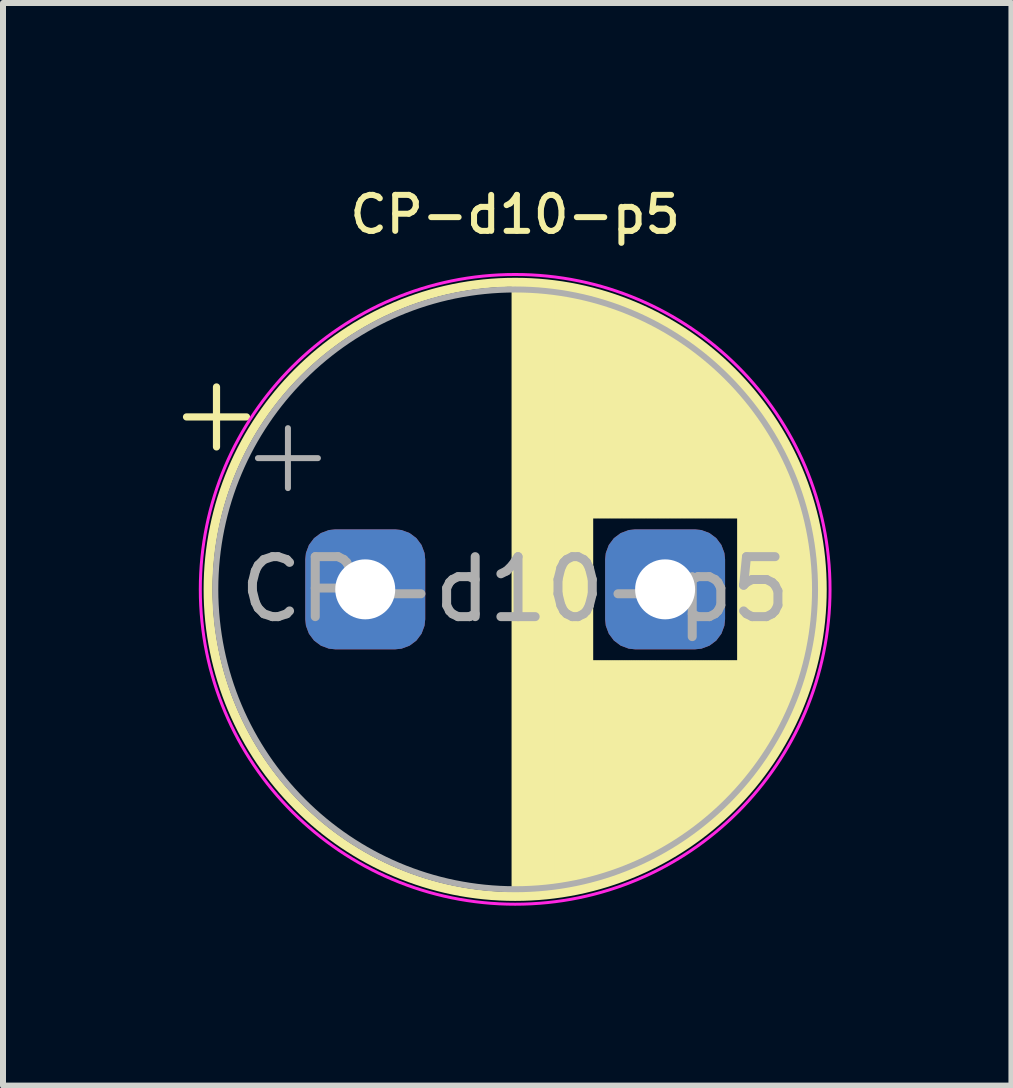
<source format=kicad_pcb>
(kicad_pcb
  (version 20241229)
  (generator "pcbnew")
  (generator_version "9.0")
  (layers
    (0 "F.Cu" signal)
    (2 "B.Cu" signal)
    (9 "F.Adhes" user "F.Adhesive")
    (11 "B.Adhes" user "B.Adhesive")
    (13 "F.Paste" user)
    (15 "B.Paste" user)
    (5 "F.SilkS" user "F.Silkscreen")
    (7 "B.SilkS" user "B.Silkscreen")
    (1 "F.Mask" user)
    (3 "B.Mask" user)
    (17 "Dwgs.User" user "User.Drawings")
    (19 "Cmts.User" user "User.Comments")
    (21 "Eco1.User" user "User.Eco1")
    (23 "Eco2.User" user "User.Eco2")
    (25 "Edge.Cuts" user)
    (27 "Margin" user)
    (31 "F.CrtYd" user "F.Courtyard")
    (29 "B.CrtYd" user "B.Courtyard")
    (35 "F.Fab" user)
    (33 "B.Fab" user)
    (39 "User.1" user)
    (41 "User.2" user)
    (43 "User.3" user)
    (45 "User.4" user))
  (footprint "CP-d10-p5"
    (layer "F.Cu")
    (at 8.04 6.777)
    (property "Reference" "CP-d10-p5" (at -2.5 -6.25 0) (layer "F.SilkS") (effects (font (size 0.6 0.6) (thickness 0.1) (bold yes))))
    (attr through_hole)
    (fp_line (start -7.98 -2.875) (end -6.98 -2.875) (stroke (width 0.12) (type solid)) (layer "F.SilkS"))
    (fp_line (start -7.48 -3.375) (end -7.48 -2.375) (stroke (width 0.12) (type solid)) (layer "F.SilkS"))
    (fp_line (start -2.5 -5.08) (end -2.5 5.08) (stroke (width 0.12) (type solid)) (layer "F.SilkS"))
    (fp_line (start -2.46 -5.08) (end -2.46 5.08) (stroke (width 0.12) (type solid)) (layer "F.SilkS"))
    (fp_line (start -2.42 -5.08) (end -2.42 5.08) (stroke (width 0.12) (type solid)) (layer "F.SilkS"))
    (fp_line (start -2.38 -5.079) (end -2.38 5.079) (stroke (width 0.12) (type solid)) (layer "F.SilkS"))
    (fp_line (start -2.34 -5.078) (end -2.34 5.078) (stroke (width 0.12) (type solid)) (layer "F.SilkS"))
    (fp_line (start -2.3 -5.077) (end -2.3 5.077) (stroke (width 0.12) (type solid)) (layer "F.SilkS"))
    (fp_line (start -2.26 -5.075) (end -2.26 5.075) (stroke (width 0.12) (type solid)) (layer "F.SilkS"))
    (fp_line (start -2.22 -5.073) (end -2.22 5.073) (stroke (width 0.12) (type solid)) (layer "F.SilkS"))
    (fp_line (start -2.18 -5.07) (end -2.18 5.07) (stroke (width 0.12) (type solid)) (layer "F.SilkS"))
    (fp_line (start -2.14 -5.068) (end -2.14 5.068) (stroke (width 0.12) (type solid)) (layer "F.SilkS"))
    (fp_line (start -2.1 -5.065) (end -2.1 5.065) (stroke (width 0.12) (type solid)) (layer "F.SilkS"))
    (fp_line (start -2.06 -5.062) (end -2.06 5.062) (stroke (width 0.12) (type solid)) (layer "F.SilkS"))
    (fp_line (start -2.02 -5.058) (end -2.02 5.058) (stroke (width 0.12) (type solid)) (layer "F.SilkS"))
    (fp_line (start -1.98 -5.054) (end -1.98 5.054) (stroke (width 0.12) (type solid)) (layer "F.SilkS"))
    (fp_line (start -1.94 -5.05) (end -1.94 5.05) (stroke (width 0.12) (type solid)) (layer "F.SilkS"))
    (fp_line (start -1.9 -5.045) (end -1.9 5.045) (stroke (width 0.12) (type solid)) (layer "F.SilkS"))
    (fp_line (start -1.86 -5.04) (end -1.86 5.04) (stroke (width 0.12) (type solid)) (layer "F.SilkS"))
    (fp_line (start -1.82 -5.035) (end -1.82 5.035) (stroke (width 0.12) (type solid)) (layer "F.SilkS"))
    (fp_line (start -1.779 -5.03) (end -1.779 5.03) (stroke (width 0.12) (type solid)) (layer "F.SilkS"))
    (fp_line (start -1.739 -5.024) (end -1.739 5.024) (stroke (width 0.12) (type solid)) (layer "F.SilkS"))
    (fp_line (start -1.699 -5.018) (end -1.699 5.018) (stroke (width 0.12) (type solid)) (layer "F.SilkS"))
    (fp_line (start -1.659 -5.011) (end -1.659 5.011) (stroke (width 0.12) (type solid)) (layer "F.SilkS"))
    (fp_line (start -1.619 -5.004) (end -1.619 5.004) (stroke (width 0.12) (type solid)) (layer "F.SilkS"))
    (fp_line (start -1.579 -4.997) (end -1.579 4.997) (stroke (width 0.12) (type solid)) (layer "F.SilkS"))
    (fp_line (start -1.539 -4.99) (end -1.539 4.99) (stroke (width 0.12) (type solid)) (layer "F.SilkS"))
    (fp_line (start -1.499 -4.982) (end -1.499 4.982) (stroke (width 0.12) (type solid)) (layer "F.SilkS"))
    (fp_line (start -1.459 -4.974) (end -1.459 4.974) (stroke (width 0.12) (type solid)) (layer "F.SilkS"))
    (fp_line (start -1.419 -4.965) (end -1.419 4.965) (stroke (width 0.12) (type solid)) (layer "F.SilkS"))
    (fp_line (start -1.379 -4.956) (end -1.379 4.956) (stroke (width 0.12) (type solid)) (layer "F.SilkS"))
    (fp_line (start -1.339 -4.947) (end -1.339 4.947) (stroke (width 0.12) (type solid)) (layer "F.SilkS"))
    (fp_line (start -1.299 -4.938) (end -1.299 4.938) (stroke (width 0.12) (type solid)) (layer "F.SilkS"))
    (fp_line (start -1.259 -4.928) (end -1.259 4.928) (stroke (width 0.12) (type solid)) (layer "F.SilkS"))
    (fp_line (start -1.219 -4.918) (end -1.219 -1.241) (stroke (width 0.12) (type solid)) (layer "F.SilkS"))
    (fp_line (start -1.219 1.241) (end -1.219 4.918) (stroke (width 0.12) (type solid)) (layer "F.SilkS"))
    (fp_line (start -1.179 -4.907) (end -1.179 -1.241) (stroke (width 0.12) (type solid)) (layer "F.SilkS"))
    (fp_line (start -1.179 1.241) (end -1.179 4.907) (stroke (width 0.12) (type solid)) (layer "F.SilkS"))
    (fp_line (start -1.139 -4.897) (end -1.139 -1.241) (stroke (width 0.12) (type solid)) (layer "F.SilkS"))
    (fp_line (start -1.139 1.241) (end -1.139 4.897) (stroke (width 0.12) (type solid)) (layer "F.SilkS"))
    (fp_line (start -1.099 -4.885) (end -1.099 -1.241) (stroke (width 0.12) (type solid)) (layer "F.SilkS"))
    (fp_line (start -1.099 1.241) (end -1.099 4.885) (stroke (width 0.12) (type solid)) (layer "F.SilkS"))
    (fp_line (start -1.059 -4.874) (end -1.059 -1.241) (stroke (width 0.12) (type solid)) (layer "F.SilkS"))
    (fp_line (start -1.059 1.241) (end -1.059 4.874) (stroke (width 0.12) (type solid)) (layer "F.SilkS"))
    (fp_line (start -1.019 -4.862) (end -1.019 -1.241) (stroke (width 0.12) (type solid)) (layer "F.SilkS"))
    (fp_line (start -1.019 1.241) (end -1.019 4.862) (stroke (width 0.12) (type solid)) (layer "F.SilkS"))
    (fp_line (start -0.979 -4.85) (end -0.979 -1.241) (stroke (width 0.12) (type solid)) (layer "F.SilkS"))
    (fp_line (start -0.979 1.241) (end -0.979 4.85) (stroke (width 0.12) (type solid)) (layer "F.SilkS"))
    (fp_line (start -0.939 -4.837) (end -0.939 -1.241) (stroke (width 0.12) (type solid)) (layer "F.SilkS"))
    (fp_line (start -0.939 1.241) (end -0.939 4.837) (stroke (width 0.12) (type solid)) (layer "F.SilkS"))
    (fp_line (start -0.899 -4.824) (end -0.899 -1.241) (stroke (width 0.12) (type solid)) (layer "F.SilkS"))
    (fp_line (start -0.899 1.241) (end -0.899 4.824) (stroke (width 0.12) (type solid)) (layer "F.SilkS"))
    (fp_line (start -0.859 -4.811) (end -0.859 -1.241) (stroke (width 0.12) (type solid)) (layer "F.SilkS"))
    (fp_line (start -0.859 1.241) (end -0.859 4.811) (stroke (width 0.12) (type solid)) (layer "F.SilkS"))
    (fp_line (start -0.819 -4.797) (end -0.819 -1.241) (stroke (width 0.12) (type solid)) (layer "F.SilkS"))
    (fp_line (start -0.819 1.241) (end -0.819 4.797) (stroke (width 0.12) (type solid)) (layer "F.SilkS"))
    (fp_line (start -0.779 -4.783) (end -0.779 -1.241) (stroke (width 0.12) (type solid)) (layer "F.SilkS"))
    (fp_line (start -0.779 1.241) (end -0.779 4.783) (stroke (width 0.12) (type solid)) (layer "F.SilkS"))
    (fp_line (start -0.739 -4.768) (end -0.739 -1.241) (stroke (width 0.12) (type solid)) (layer "F.SilkS"))
    (fp_line (start -0.739 1.241) (end -0.739 4.768) (stroke (width 0.12) (type solid)) (layer "F.SilkS"))
    (fp_line (start -0.699 -4.754) (end -0.699 -1.241) (stroke (width 0.12) (type solid)) (layer "F.SilkS"))
    (fp_line (start -0.699 1.241) (end -0.699 4.754) (stroke (width 0.12) (type solid)) (layer "F.SilkS"))
    (fp_line (start -0.659 -4.738) (end -0.659 -1.241) (stroke (width 0.12) (type solid)) (layer "F.SilkS"))
    (fp_line (start -0.659 1.241) (end -0.659 4.738) (stroke (width 0.12) (type solid)) (layer "F.SilkS"))
    (fp_line (start -0.619 -4.723) (end -0.619 -1.241) (stroke (width 0.12) (type solid)) (layer "F.SilkS"))
    (fp_line (start -0.619 1.241) (end -0.619 4.723) (stroke (width 0.12) (type solid)) (layer "F.SilkS"))
    (fp_line (start -0.579 -4.707) (end -0.579 -1.241) (stroke (width 0.12) (type solid)) (layer "F.SilkS"))
    (fp_line (start -0.579 1.241) (end -0.579 4.707) (stroke (width 0.12) (type solid)) (layer "F.SilkS"))
    (fp_line (start -0.539 -4.69) (end -0.539 -1.241) (stroke (width 0.12) (type solid)) (layer "F.SilkS"))
    (fp_line (start -0.539 1.241) (end -0.539 4.69) (stroke (width 0.12) (type solid)) (layer "F.SilkS"))
    (fp_line (start -0.499 -4.674) (end -0.499 -1.241) (stroke (width 0.12) (type solid)) (layer "F.SilkS"))
    (fp_line (start -0.499 1.241) (end -0.499 4.674) (stroke (width 0.12) (type solid)) (layer "F.SilkS"))
    (fp_line (start -0.459 -4.657) (end -0.459 -1.241) (stroke (width 0.12) (type solid)) (layer "F.SilkS"))
    (fp_line (start -0.459 1.241) (end -0.459 4.657) (stroke (width 0.12) (type solid)) (layer "F.SilkS"))
    (fp_line (start -0.419 -4.639) (end -0.419 -1.241) (stroke (width 0.12) (type solid)) (layer "F.SilkS"))
    (fp_line (start -0.419 1.241) (end -0.419 4.639) (stroke (width 0.12) (type solid)) (layer "F.SilkS"))
    (fp_line (start -0.379 -4.621) (end -0.379 -1.241) (stroke (width 0.12) (type solid)) (layer "F.SilkS"))
    (fp_line (start -0.379 1.241) (end -0.379 4.621) (stroke (width 0.12) (type solid)) (layer "F.SilkS"))
    (fp_line (start -0.339 -4.603) (end -0.339 -1.241) (stroke (width 0.12) (type solid)) (layer "F.SilkS"))
    (fp_line (start -0.339 1.241) (end -0.339 4.603) (stroke (width 0.12) (type solid)) (layer "F.SilkS"))
    (fp_line (start -0.299 -4.584) (end -0.299 -1.241) (stroke (width 0.12) (type solid)) (layer "F.SilkS"))
    (fp_line (start -0.299 1.241) (end -0.299 4.584) (stroke (width 0.12) (type solid)) (layer "F.SilkS"))
    (fp_line (start -0.259 -4.564) (end -0.259 -1.241) (stroke (width 0.12) (type solid)) (layer "F.SilkS"))
    (fp_line (start -0.259 1.241) (end -0.259 4.564) (stroke (width 0.12) (type solid)) (layer "F.SilkS"))
    (fp_line (start -0.219 -4.545) (end -0.219 -1.241) (stroke (width 0.12) (type solid)) (layer "F.SilkS"))
    (fp_line (start -0.219 1.241) (end -0.219 4.545) (stroke (width 0.12) (type solid)) (layer "F.SilkS"))
    (fp_line (start -0.179 -4.525) (end -0.179 -1.241) (stroke (width 0.12) (type solid)) (layer "F.SilkS"))
    (fp_line (start -0.179 1.241) (end -0.179 4.525) (stroke (width 0.12) (type solid)) (layer "F.SilkS"))
    (fp_line (start -0.139 -4.504) (end -0.139 -1.241) (stroke (width 0.12) (type solid)) (layer "F.SilkS"))
    (fp_line (start -0.139 1.241) (end -0.139 4.504) (stroke (width 0.12) (type solid)) (layer "F.SilkS"))
    (fp_line (start -0.099 -4.483) (end -0.099 -1.241) (stroke (width 0.12) (type solid)) (layer "F.SilkS"))
    (fp_line (start -0.099 1.241) (end -0.099 4.483) (stroke (width 0.12) (type solid)) (layer "F.SilkS"))
    (fp_line (start -0.059 -4.462) (end -0.059 -1.241) (stroke (width 0.12) (type solid)) (layer "F.SilkS"))
    (fp_line (start -0.059 1.241) (end -0.059 4.462) (stroke (width 0.12) (type solid)) (layer "F.SilkS"))
    (fp_line (start -0.019 -4.44) (end -0.019 -1.241) (stroke (width 0.12) (type solid)) (layer "F.SilkS"))
    (fp_line (start -0.019 1.241) (end -0.019 4.44) (stroke (width 0.12) (type solid)) (layer "F.SilkS"))
    (fp_line (start 0.021 -4.417) (end 0.021 -1.241) (stroke (width 0.12) (type solid)) (layer "F.SilkS"))
    (fp_line (start 0.021 1.241) (end 0.021 4.417) (stroke (width 0.12) (type solid)) (layer "F.SilkS"))
    (fp_line (start 0.061 -4.395) (end 0.061 -1.241) (stroke (width 0.12) (type solid)) (layer "F.SilkS"))
    (fp_line (start 0.061 1.241) (end 0.061 4.395) (stroke (width 0.12) (type solid)) (layer "F.SilkS"))
    (fp_line (start 0.101 -4.371) (end 0.101 -1.241) (stroke (width 0.12) (type solid)) (layer "F.SilkS"))
    (fp_line (start 0.101 1.241) (end 0.101 4.371) (stroke (width 0.12) (type solid)) (layer "F.SilkS"))
    (fp_line (start 0.141 -4.347) (end 0.141 -1.241) (stroke (width 0.12) (type solid)) (layer "F.SilkS"))
    (fp_line (start 0.141 1.241) (end 0.141 4.347) (stroke (width 0.12) (type solid)) (layer "F.SilkS"))
    (fp_line (start 0.181 -4.323) (end 0.181 -1.241) (stroke (width 0.12) (type solid)) (layer "F.SilkS"))
    (fp_line (start 0.181 1.241) (end 0.181 4.323) (stroke (width 0.12) (type solid)) (layer "F.SilkS"))
    (fp_line (start 0.221 -4.298) (end 0.221 -1.241) (stroke (width 0.12) (type solid)) (layer "F.SilkS"))
    (fp_line (start 0.221 1.241) (end 0.221 4.298) (stroke (width 0.12) (type solid)) (layer "F.SilkS"))
    (fp_line (start 0.261 -4.273) (end 0.261 -1.241) (stroke (width 0.12) (type solid)) (layer "F.SilkS"))
    (fp_line (start 0.261 1.241) (end 0.261 4.273) (stroke (width 0.12) (type solid)) (layer "F.SilkS"))
    (fp_line (start 0.301 -4.247) (end 0.301 -1.241) (stroke (width 0.12) (type solid)) (layer "F.SilkS"))
    (fp_line (start 0.301 1.241) (end 0.301 4.247) (stroke (width 0.12) (type solid)) (layer "F.SilkS"))
    (fp_line (start 0.341 -4.221) (end 0.341 -1.241) (stroke (width 0.12) (type solid)) (layer "F.SilkS"))
    (fp_line (start 0.341 1.241) (end 0.341 4.221) (stroke (width 0.12) (type solid)) (layer "F.SilkS"))
    (fp_line (start 0.381 -4.194) (end 0.381 -1.241) (stroke (width 0.12) (type solid)) (layer "F.SilkS"))
    (fp_line (start 0.381 1.241) (end 0.381 4.194) (stroke (width 0.12) (type solid)) (layer "F.SilkS"))
    (fp_line (start 0.421 -4.166) (end 0.421 -1.241) (stroke (width 0.12) (type solid)) (layer "F.SilkS"))
    (fp_line (start 0.421 1.241) (end 0.421 4.166) (stroke (width 0.12) (type solid)) (layer "F.SilkS"))
    (fp_line (start 0.461 -4.138) (end 0.461 -1.241) (stroke (width 0.12) (type solid)) (layer "F.SilkS"))
    (fp_line (start 0.461 1.241) (end 0.461 4.138) (stroke (width 0.12) (type solid)) (layer "F.SilkS"))
    (fp_line (start 0.501 -4.11) (end 0.501 -1.241) (stroke (width 0.12) (type solid)) (layer "F.SilkS"))
    (fp_line (start 0.501 1.241) (end 0.501 4.11) (stroke (width 0.12) (type solid)) (layer "F.SilkS"))
    (fp_line (start 0.541 -4.08) (end 0.541 -1.241) (stroke (width 0.12) (type solid)) (layer "F.SilkS"))
    (fp_line (start 0.541 1.241) (end 0.541 4.08) (stroke (width 0.12) (type solid)) (layer "F.SilkS"))
    (fp_line (start 0.581 -4.05) (end 0.581 -1.241) (stroke (width 0.12) (type solid)) (layer "F.SilkS"))
    (fp_line (start 0.581 1.241) (end 0.581 4.05) (stroke (width 0.12) (type solid)) (layer "F.SilkS"))
    (fp_line (start 0.621 -4.02) (end 0.621 -1.241) (stroke (width 0.12) (type solid)) (layer "F.SilkS"))
    (fp_line (start 0.621 1.241) (end 0.621 4.02) (stroke (width 0.12) (type solid)) (layer "F.SilkS"))
    (fp_line (start 0.661 -3.989) (end 0.661 -1.241) (stroke (width 0.12) (type solid)) (layer "F.SilkS"))
    (fp_line (start 0.661 1.241) (end 0.661 3.989) (stroke (width 0.12) (type solid)) (layer "F.SilkS"))
    (fp_line (start 0.701 -3.957) (end 0.701 -1.241) (stroke (width 0.12) (type solid)) (layer "F.SilkS"))
    (fp_line (start 0.701 1.241) (end 0.701 3.957) (stroke (width 0.12) (type solid)) (layer "F.SilkS"))
    (fp_line (start 0.741 -3.925) (end 0.741 -1.241) (stroke (width 0.12) (type solid)) (layer "F.SilkS"))
    (fp_line (start 0.741 1.241) (end 0.741 3.925) (stroke (width 0.12) (type solid)) (layer "F.SilkS"))
    (fp_line (start 0.781 -3.892) (end 0.781 -1.241) (stroke (width 0.12) (type solid)) (layer "F.SilkS"))
    (fp_line (start 0.781 1.241) (end 0.781 3.892) (stroke (width 0.12) (type solid)) (layer "F.SilkS"))
    (fp_line (start 0.821 -3.858) (end 0.821 -1.241) (stroke (width 0.12) (type solid)) (layer "F.SilkS"))
    (fp_line (start 0.821 1.241) (end 0.821 3.858) (stroke (width 0.12) (type solid)) (layer "F.SilkS"))
    (fp_line (start 0.861 -3.824) (end 0.861 -1.241) (stroke (width 0.12) (type solid)) (layer "F.SilkS"))
    (fp_line (start 0.861 1.241) (end 0.861 3.824) (stroke (width 0.12) (type solid)) (layer "F.SilkS"))
    (fp_line (start 0.901 -3.789) (end 0.901 -1.241) (stroke (width 0.12) (type solid)) (layer "F.SilkS"))
    (fp_line (start 0.901 1.241) (end 0.901 3.789) (stroke (width 0.12) (type solid)) (layer "F.SilkS"))
    (fp_line (start 0.941 -3.753) (end 0.941 -1.241) (stroke (width 0.12) (type solid)) (layer "F.SilkS"))
    (fp_line (start 0.941 1.241) (end 0.941 3.753) (stroke (width 0.12) (type solid)) (layer "F.SilkS"))
    (fp_line (start 0.981 -3.716) (end 0.981 -1.241) (stroke (width 0.12) (type solid)) (layer "F.SilkS"))
    (fp_line (start 0.981 1.241) (end 0.981 3.716) (stroke (width 0.12) (type solid)) (layer "F.SilkS"))
    (fp_line (start 1.021 -3.679) (end 1.021 -1.241) (stroke (width 0.12) (type solid)) (layer "F.SilkS"))
    (fp_line (start 1.021 1.241) (end 1.021 3.679) (stroke (width 0.12) (type solid)) (layer "F.SilkS"))
    (fp_line (start 1.061 -3.64) (end 1.061 -1.241) (stroke (width 0.12) (type solid)) (layer "F.SilkS"))
    (fp_line (start 1.061 1.241) (end 1.061 3.64) (stroke (width 0.12) (type solid)) (layer "F.SilkS"))
    (fp_line (start 1.101 -3.601) (end 1.101 -1.241) (stroke (width 0.12) (type solid)) (layer "F.SilkS"))
    (fp_line (start 1.101 1.241) (end 1.101 3.601) (stroke (width 0.12) (type solid)) (layer "F.SilkS"))
    (fp_line (start 1.141 -3.561) (end 1.141 -1.241) (stroke (width 0.12) (type solid)) (layer "F.SilkS"))
    (fp_line (start 1.141 1.241) (end 1.141 3.561) (stroke (width 0.12) (type solid)) (layer "F.SilkS"))
    (fp_line (start 1.181 -3.52) (end 1.181 -1.241) (stroke (width 0.12) (type solid)) (layer "F.SilkS"))
    (fp_line (start 1.181 1.241) (end 1.181 3.52) (stroke (width 0.12) (type solid)) (layer "F.SilkS"))
    (fp_line (start 1.221 -3.478) (end 1.221 -1.241) (stroke (width 0.12) (type solid)) (layer "F.SilkS"))
    (fp_line (start 1.221 1.241) (end 1.221 3.478) (stroke (width 0.12) (type solid)) (layer "F.SilkS"))
    (fp_line (start 1.261 -3.436) (end 1.261 3.436) (stroke (width 0.12) (type solid)) (layer "F.SilkS"))
    (fp_line (start 1.301 -3.392) (end 1.301 3.392) (stroke (width 0.12) (type solid)) (layer "F.SilkS"))
    (fp_line (start 1.341 -3.347) (end 1.341 3.347) (stroke (width 0.12) (type solid)) (layer "F.SilkS"))
    (fp_line (start 1.381 -3.301) (end 1.381 3.301) (stroke (width 0.12) (type solid)) (layer "F.SilkS"))
    (fp_line (start 1.421 -3.254) (end 1.421 3.254) (stroke (width 0.12) (type solid)) (layer "F.SilkS"))
    (fp_line (start 1.461 -3.206) (end 1.461 3.206) (stroke (width 0.12) (type solid)) (layer "F.SilkS"))
    (fp_line (start 1.501 -3.156) (end 1.501 3.156) (stroke (width 0.12) (type solid)) (layer "F.SilkS"))
    (fp_line (start 1.541 -3.106) (end 1.541 3.106) (stroke (width 0.12) (type solid)) (layer "F.SilkS"))
    (fp_line (start 1.581 -3.054) (end 1.581 3.054) (stroke (width 0.12) (type solid)) (layer "F.SilkS"))
    (fp_line (start 1.621 -3) (end 1.621 3) (stroke (width 0.12) (type solid)) (layer "F.SilkS"))
    (fp_line (start 1.661 -2.945) (end 1.661 2.945) (stroke (width 0.12) (type solid)) (layer "F.SilkS"))
    (fp_line (start 1.701 -2.889) (end 1.701 2.889) (stroke (width 0.12) (type solid)) (layer "F.SilkS"))
    (fp_line (start 1.741 -2.83) (end 1.741 2.83) (stroke (width 0.12) (type solid)) (layer "F.SilkS"))
    (fp_line (start 1.781 -2.77) (end 1.781 2.77) (stroke (width 0.12) (type solid)) (layer "F.SilkS"))
    (fp_line (start 1.821 -2.709) (end 1.821 2.709) (stroke (width 0.12) (type solid)) (layer "F.SilkS"))
    (fp_line (start 1.861 -2.645) (end 1.861 2.645) (stroke (width 0.12) (type solid)) (layer "F.SilkS"))
    (fp_line (start 1.901 -2.579) (end 1.901 2.579) (stroke (width 0.12) (type solid)) (layer "F.SilkS"))
    (fp_line (start 1.941 -2.51) (end 1.941 2.51) (stroke (width 0.12) (type solid)) (layer "F.SilkS"))
    (fp_line (start 1.981 -2.439) (end 1.981 2.439) (stroke (width 0.12) (type solid)) (layer "F.SilkS"))
    (fp_line (start 2.021 -2.365) (end 2.021 2.365) (stroke (width 0.12) (type solid)) (layer "F.SilkS"))
    (fp_line (start 2.061 -2.289) (end 2.061 2.289) (stroke (width 0.12) (type solid)) (layer "F.SilkS"))
    (fp_line (start 2.101 -2.209) (end 2.101 2.209) (stroke (width 0.12) (type solid)) (layer "F.SilkS"))
    (fp_line (start 2.141 -2.125) (end 2.141 2.125) (stroke (width 0.12) (type solid)) (layer "F.SilkS"))
    (fp_line (start 2.181 -2.037) (end 2.181 2.037) (stroke (width 0.12) (type solid)) (layer "F.SilkS"))
    (fp_line (start 2.221 -1.944) (end 2.221 1.944) (stroke (width 0.12) (type solid)) (layer "F.SilkS"))
    (fp_line (start 2.261 -1.846) (end 2.261 1.846) (stroke (width 0.12) (type solid)) (layer "F.SilkS"))
    (fp_line (start 2.301 -1.742) (end 2.301 1.742) (stroke (width 0.12) (type solid)) (layer "F.SilkS"))
    (fp_line (start 2.341 -1.63) (end 2.341 1.63) (stroke (width 0.12) (type solid)) (layer "F.SilkS"))
    (fp_line (start 2.381 -1.51) (end 2.381 1.51) (stroke (width 0.12) (type solid)) (layer "F.SilkS"))
    (fp_line (start 2.421 -1.378) (end 2.421 1.378) (stroke (width 0.12) (type solid)) (layer "F.SilkS"))
    (fp_line (start 2.461 -1.23) (end 2.461 1.23) (stroke (width 0.12) (type solid)) (layer "F.SilkS"))
    (fp_line (start 2.501 -1.062) (end 2.501 1.062) (stroke (width 0.12) (type solid)) (layer "F.SilkS"))
    (fp_line (start 2.541 -0.862) (end 2.541 0.862) (stroke (width 0.12) (type solid)) (layer "F.SilkS"))
    (fp_line (start 2.581 -0.599) (end 2.581 0.599) (stroke (width 0.12) (type solid)) (layer "F.SilkS"))
    (fp_circle (center -2.5 0) (end 2.62 0) (stroke (width 0.15) (type solid)) (fill no) (layer "F.SilkS"))
    (fp_circle (center -2.5 0) (end 2.75 0) (stroke (width 0.05) (type solid)) (fill no) (layer "F.CrtYd"))
    (fp_line (start -6.789 -2.188) (end -5.789 -2.188) (stroke (width 0.1) (type solid)) (layer "F.Fab"))
    (fp_line (start -6.289 -2.688) (end -6.289 -1.688) (stroke (width 0.1) (type solid)) (layer "F.Fab"))
    (fp_circle (center -2.5 0) (end 2.5 0) (stroke (width 0.1) (type solid)) (fill no) (layer "F.Fab"))
    (fp_text user "${REFERENCE}" (at -2.5 0 0) (layer "F.Fab") (effects (font (size 1 1) (thickness 0.15))))
    (pad "1" thru_hole roundrect (at -5 0) (size 2 2) (drill 1) (layers "*.Cu" "*.Mask") (roundrect_rratio 0.25))
    (pad "2" thru_hole roundrect (at 0 0) (size 2 2) (drill 1) (layers "*.Cu" "*.Mask") (roundrect_rratio 0.25)))
  (gr_rect
    (start -3 -3)
    (end 13.815 15.052)
    (stroke (width 0.1) (type default))
    (fill no)
    (layer "Edge.Cuts")))
</source>
